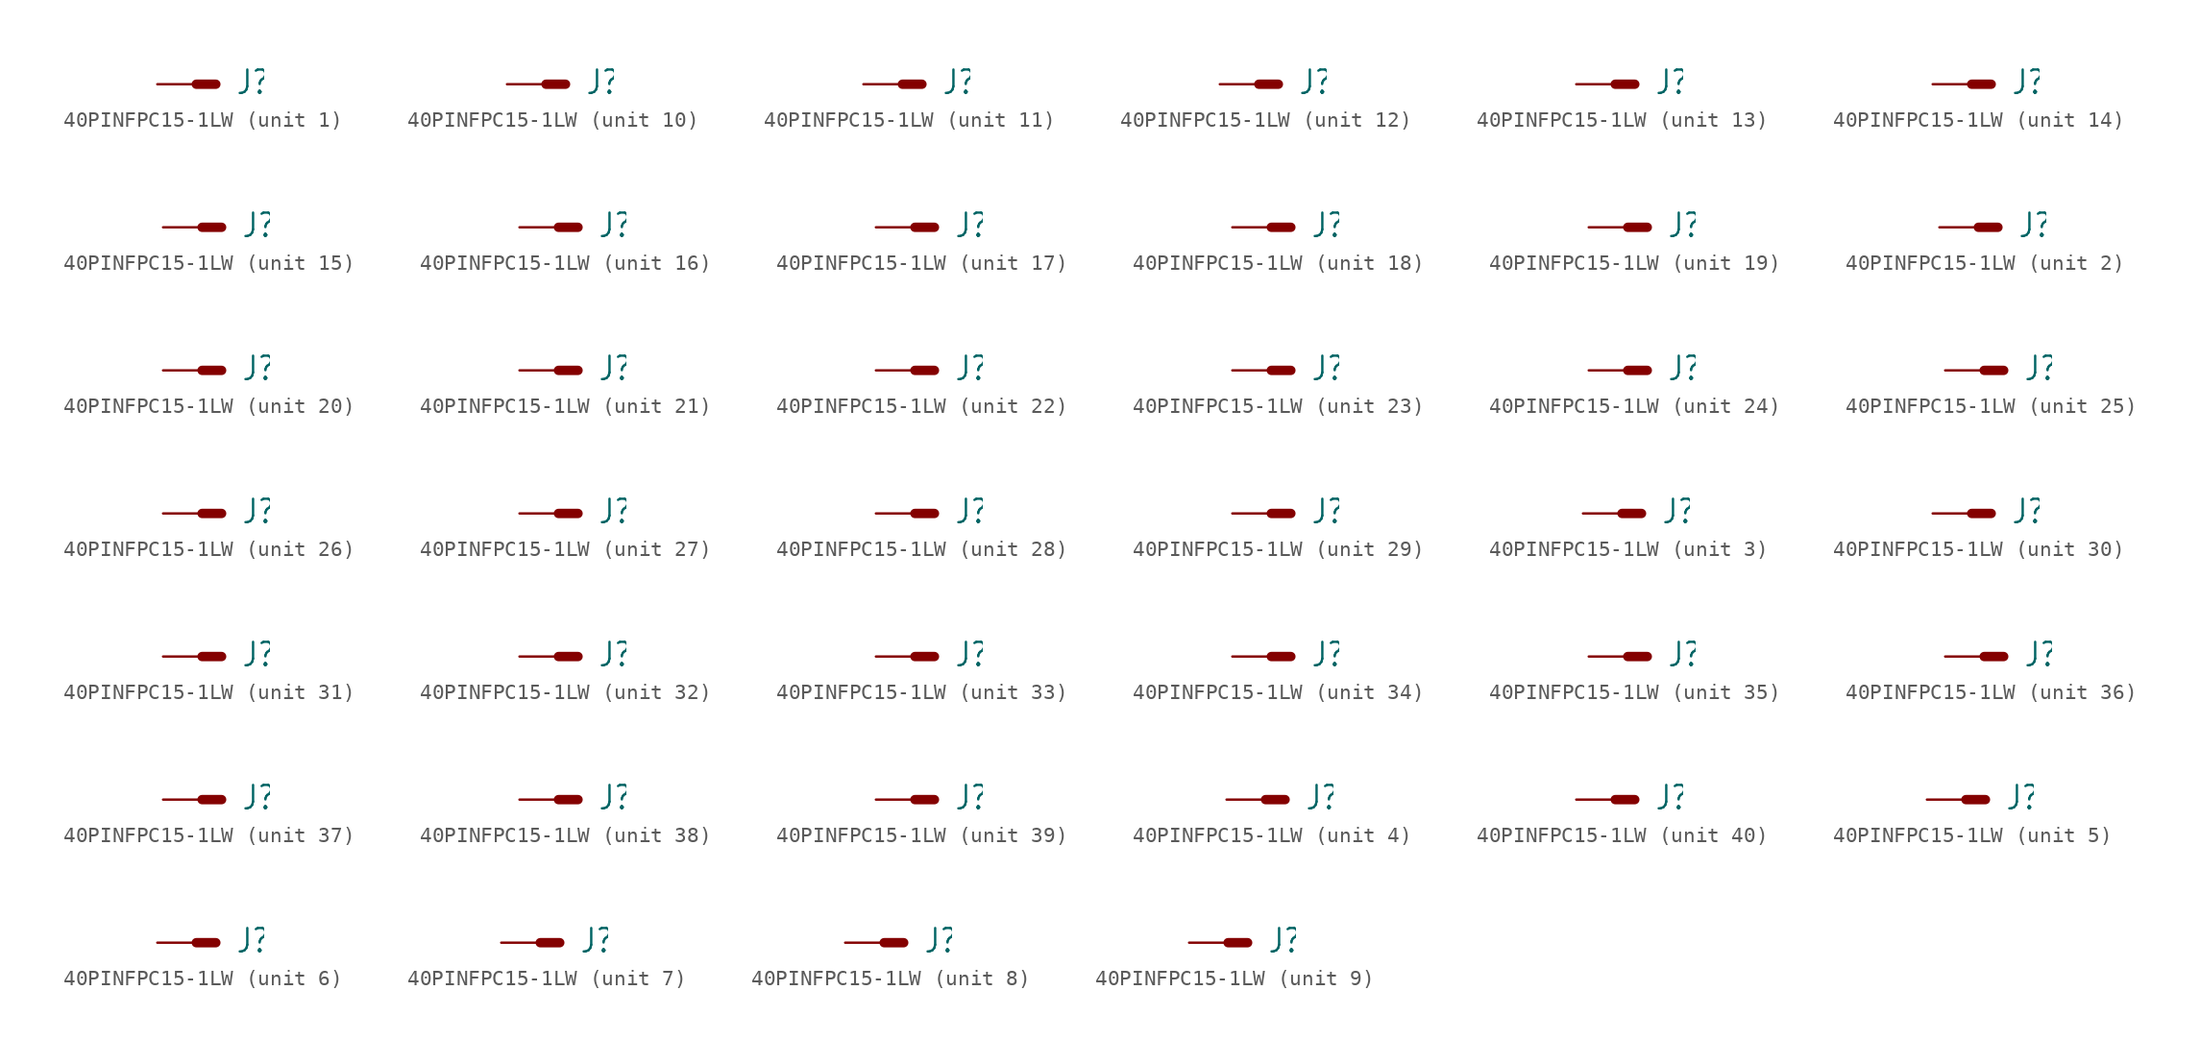
<source format=kicad_sym>
(kicad_symbol_lib
  (version 20211014)
  (generator kicad_symbol_editor)
  (symbol "40PINFPC15-1LW"
    (property "Reference" "J"
      (at 2.54 -0.762 0)
      (effects (font (size 1.524 1.295)) (justify left bottom)))
    (property "ki_locked" ""
      (at 0 0 0)
      (effects (font (size 1.27 1.27))))
    (symbol "40PINFPC15-1LW_1_0"
      (polyline (pts (xy 0 0) (xy 1.27 0)) (stroke (width 0.61) (type default) (color 0 0 0 0)) (fill (type none)))
      (pin passive line (at -2.54 0 0) (length 2.54) (name "MSV" (effects (font (size 0 0)))) (number "1" (effects (font (size 0 0))))))
    (symbol "40PINFPC15-1LW_2_0"
      (polyline (pts (xy 0 0) (xy 1.27 0)) (stroke (width 0.61) (type default) (color 0 0 0 0)) (fill (type none)))
      (pin passive line (at -2.54 0 0) (length 2.54) (name "MS" (effects (font (size 0 0)))) (number "2" (effects (font (size 0 0))))))
    (symbol "40PINFPC15-1LW_3_0"
      (polyline (pts (xy 0 0) (xy 1.27 0)) (stroke (width 0.61) (type default) (color 0 0 0 0)) (fill (type none)))
      (pin passive line (at -2.54 0 0) (length 2.54) (name "MS" (effects (font (size 0 0)))) (number "3" (effects (font (size 0 0))))))
    (symbol "40PINFPC15-1LW_4_0"
      (polyline (pts (xy 0 0) (xy 1.27 0)) (stroke (width 0.61) (type default) (color 0 0 0 0)) (fill (type none)))
      (pin passive line (at -2.54 0 0) (length 2.54) (name "MS" (effects (font (size 0 0)))) (number "4" (effects (font (size 0 0))))))
    (symbol "40PINFPC15-1LW_5_0"
      (polyline (pts (xy 0 0) (xy 1.27 0)) (stroke (width 0.61) (type default) (color 0 0 0 0)) (fill (type none)))
      (pin passive line (at -2.54 0 0) (length 2.54) (name "MS" (effects (font (size 0 0)))) (number "5" (effects (font (size 0 0))))))
    (symbol "40PINFPC15-1LW_6_0"
      (polyline (pts (xy 0 0) (xy 1.27 0)) (stroke (width 0.61) (type default) (color 0 0 0 0)) (fill (type none)))
      (pin passive line (at -2.54 0 0) (length 2.54) (name "MS" (effects (font (size 0 0)))) (number "6" (effects (font (size 0 0))))))
    (symbol "40PINFPC15-1LW_7_0"
      (polyline (pts (xy 0 0) (xy 1.27 0)) (stroke (width 0.61) (type default) (color 0 0 0 0)) (fill (type none)))
      (pin passive line (at -2.54 0 0) (length 2.54) (name "MS" (effects (font (size 0 0)))) (number "7" (effects (font (size 0 0))))))
    (symbol "40PINFPC15-1LW_8_0"
      (polyline (pts (xy 0 0) (xy 1.27 0)) (stroke (width 0.61) (type default) (color 0 0 0 0)) (fill (type none)))
      (pin passive line (at -2.54 0 0) (length 2.54) (name "MS" (effects (font (size 0 0)))) (number "8" (effects (font (size 0 0))))))
    (symbol "40PINFPC15-1LW_9_0"
      (polyline (pts (xy 0 0) (xy 1.27 0)) (stroke (width 0.61) (type default) (color 0 0 0 0)) (fill (type none)))
      (pin passive line (at -2.54 0 0) (length 2.54) (name "MS" (effects (font (size 0 0)))) (number "9" (effects (font (size 0 0))))))
    (symbol "40PINFPC15-1LW_10_0"
      (polyline (pts (xy 0 0) (xy 1.27 0)) (stroke (width 0.61) (type default) (color 0 0 0 0)) (fill (type none)))
      (pin passive line (at -2.54 0 0) (length 2.54) (name "MS" (effects (font (size 0 0)))) (number "10" (effects (font (size 0 0))))))
    (symbol "40PINFPC15-1LW_11_0"
      (polyline (pts (xy 0 0) (xy 1.27 0)) (stroke (width 0.61) (type default) (color 0 0 0 0)) (fill (type none)))
      (pin passive line (at -2.54 0 0) (length 2.54) (name "MS" (effects (font (size 0 0)))) (number "11" (effects (font (size 0 0))))))
    (symbol "40PINFPC15-1LW_12_0"
      (polyline (pts (xy 0 0) (xy 1.27 0)) (stroke (width 0.61) (type default) (color 0 0 0 0)) (fill (type none)))
      (pin passive line (at -2.54 0 0) (length 2.54) (name "MS" (effects (font (size 0 0)))) (number "12" (effects (font (size 0 0))))))
    (symbol "40PINFPC15-1LW_13_0"
      (polyline (pts (xy 0 0) (xy 1.27 0)) (stroke (width 0.61) (type default) (color 0 0 0 0)) (fill (type none)))
      (pin passive line (at -2.54 0 0) (length 2.54) (name "MS" (effects (font (size 0 0)))) (number "13" (effects (font (size 0 0))))))
    (symbol "40PINFPC15-1LW_14_0"
      (polyline (pts (xy 0 0) (xy 1.27 0)) (stroke (width 0.61) (type default) (color 0 0 0 0)) (fill (type none)))
      (pin passive line (at -2.54 0 0) (length 2.54) (name "MS" (effects (font (size 0 0)))) (number "14" (effects (font (size 0 0))))))
    (symbol "40PINFPC15-1LW_15_0"
      (polyline (pts (xy 0 0) (xy 1.27 0)) (stroke (width 0.61) (type default) (color 0 0 0 0)) (fill (type none)))
      (pin passive line (at -2.54 0 0) (length 2.54) (name "MS" (effects (font (size 0 0)))) (number "15" (effects (font (size 0 0))))))
    (symbol "40PINFPC15-1LW_16_0"
      (polyline (pts (xy 0 0) (xy 1.27 0)) (stroke (width 0.61) (type default) (color 0 0 0 0)) (fill (type none)))
      (pin passive line (at -2.54 0 0) (length 2.54) (name "MS" (effects (font (size 0 0)))) (number "16" (effects (font (size 0 0))))))
    (symbol "40PINFPC15-1LW_17_0"
      (polyline (pts (xy 0 0) (xy 1.27 0)) (stroke (width 0.61) (type default) (color 0 0 0 0)) (fill (type none)))
      (pin passive line (at -2.54 0 0) (length 2.54) (name "MS" (effects (font (size 0 0)))) (number "17" (effects (font (size 0 0))))))
    (symbol "40PINFPC15-1LW_18_0"
      (polyline (pts (xy 0 0) (xy 1.27 0)) (stroke (width 0.61) (type default) (color 0 0 0 0)) (fill (type none)))
      (pin passive line (at -2.54 0 0) (length 2.54) (name "MS" (effects (font (size 0 0)))) (number "18" (effects (font (size 0 0))))))
    (symbol "40PINFPC15-1LW_19_0"
      (polyline (pts (xy 0 0) (xy 1.27 0)) (stroke (width 0.61) (type default) (color 0 0 0 0)) (fill (type none)))
      (pin passive line (at -2.54 0 0) (length 2.54) (name "MS" (effects (font (size 0 0)))) (number "19" (effects (font (size 0 0))))))
    (symbol "40PINFPC15-1LW_20_0"
      (polyline (pts (xy 0 0) (xy 1.27 0)) (stroke (width 0.61) (type default) (color 0 0 0 0)) (fill (type none)))
      (pin passive line (at -2.54 0 0) (length 2.54) (name "MS" (effects (font (size 0 0)))) (number "20" (effects (font (size 0 0))))))
    (symbol "40PINFPC15-1LW_21_0"
      (polyline (pts (xy 0 0) (xy 1.27 0)) (stroke (width 0.61) (type default) (color 0 0 0 0)) (fill (type none)))
      (pin passive line (at -2.54 0 0) (length 2.54) (name "MS" (effects (font (size 0 0)))) (number "21" (effects (font (size 0 0))))))
    (symbol "40PINFPC15-1LW_22_0"
      (polyline (pts (xy 0 0) (xy 1.27 0)) (stroke (width 0.61) (type default) (color 0 0 0 0)) (fill (type none)))
      (pin passive line (at -2.54 0 0) (length 2.54) (name "MS" (effects (font (size 0 0)))) (number "22" (effects (font (size 0 0))))))
    (symbol "40PINFPC15-1LW_23_0"
      (polyline (pts (xy 0 0) (xy 1.27 0)) (stroke (width 0.61) (type default) (color 0 0 0 0)) (fill (type none)))
      (pin passive line (at -2.54 0 0) (length 2.54) (name "MS" (effects (font (size 0 0)))) (number "23" (effects (font (size 0 0))))))
    (symbol "40PINFPC15-1LW_24_0"
      (polyline (pts (xy 0 0) (xy 1.27 0)) (stroke (width 0.61) (type default) (color 0 0 0 0)) (fill (type none)))
      (pin passive line (at -2.54 0 0) (length 2.54) (name "MS" (effects (font (size 0 0)))) (number "24" (effects (font (size 0 0))))))
    (symbol "40PINFPC15-1LW_25_0"
      (polyline (pts (xy 0 0) (xy 1.27 0)) (stroke (width 0.61) (type default) (color 0 0 0 0)) (fill (type none)))
      (pin passive line (at -2.54 0 0) (length 2.54) (name "MS" (effects (font (size 0 0)))) (number "25" (effects (font (size 0 0))))))
    (symbol "40PINFPC15-1LW_26_0"
      (polyline (pts (xy 0 0) (xy 1.27 0)) (stroke (width 0.61) (type default) (color 0 0 0 0)) (fill (type none)))
      (pin passive line (at -2.54 0 0) (length 2.54) (name "MS" (effects (font (size 0 0)))) (number "26" (effects (font (size 0 0))))))
    (symbol "40PINFPC15-1LW_27_0"
      (polyline (pts (xy 0 0) (xy 1.27 0)) (stroke (width 0.61) (type default) (color 0 0 0 0)) (fill (type none)))
      (pin passive line (at -2.54 0 0) (length 2.54) (name "MS" (effects (font (size 0 0)))) (number "27" (effects (font (size 0 0))))))
    (symbol "40PINFPC15-1LW_28_0"
      (polyline (pts (xy 0 0) (xy 1.27 0)) (stroke (width 0.61) (type default) (color 0 0 0 0)) (fill (type none)))
      (pin passive line (at -2.54 0 0) (length 2.54) (name "MS" (effects (font (size 0 0)))) (number "28" (effects (font (size 0 0))))))
    (symbol "40PINFPC15-1LW_29_0"
      (polyline (pts (xy 0 0) (xy 1.27 0)) (stroke (width 0.61) (type default) (color 0 0 0 0)) (fill (type none)))
      (pin passive line (at -2.54 0 0) (length 2.54) (name "MS" (effects (font (size 0 0)))) (number "29" (effects (font (size 0 0))))))
    (symbol "40PINFPC15-1LW_30_0"
      (polyline (pts (xy 0 0) (xy 1.27 0)) (stroke (width 0.61) (type default) (color 0 0 0 0)) (fill (type none)))
      (pin passive line (at -2.54 0 0) (length 2.54) (name "MS" (effects (font (size 0 0)))) (number "30" (effects (font (size 0 0))))))
    (symbol "40PINFPC15-1LW_31_0"
      (polyline (pts (xy 0 0) (xy 1.27 0)) (stroke (width 0.61) (type default) (color 0 0 0 0)) (fill (type none)))
      (pin passive line (at -2.54 0 0) (length 2.54) (name "MS" (effects (font (size 0 0)))) (number "31" (effects (font (size 0 0))))))
    (symbol "40PINFPC15-1LW_32_0"
      (polyline (pts (xy 0 0) (xy 1.27 0)) (stroke (width 0.61) (type default) (color 0 0 0 0)) (fill (type none)))
      (pin passive line (at -2.54 0 0) (length 2.54) (name "MS" (effects (font (size 0 0)))) (number "32" (effects (font (size 0 0))))))
    (symbol "40PINFPC15-1LW_33_0"
      (polyline (pts (xy 0 0) (xy 1.27 0)) (stroke (width 0.61) (type default) (color 0 0 0 0)) (fill (type none)))
      (pin passive line (at -2.54 0 0) (length 2.54) (name "MS" (effects (font (size 0 0)))) (number "33" (effects (font (size 0 0))))))
    (symbol "40PINFPC15-1LW_34_0"
      (polyline (pts (xy 0 0) (xy 1.27 0)) (stroke (width 0.61) (type default) (color 0 0 0 0)) (fill (type none)))
      (pin passive line (at -2.54 0 0) (length 2.54) (name "MS" (effects (font (size 0 0)))) (number "34" (effects (font (size 0 0))))))
    (symbol "40PINFPC15-1LW_35_0"
      (polyline (pts (xy 0 0) (xy 1.27 0)) (stroke (width 0.61) (type default) (color 0 0 0 0)) (fill (type none)))
      (pin passive line (at -2.54 0 0) (length 2.54) (name "MS" (effects (font (size 0 0)))) (number "35" (effects (font (size 0 0))))))
    (symbol "40PINFPC15-1LW_36_0"
      (polyline (pts (xy 0 0) (xy 1.27 0)) (stroke (width 0.61) (type default) (color 0 0 0 0)) (fill (type none)))
      (pin passive line (at -2.54 0 0) (length 2.54) (name "MS" (effects (font (size 0 0)))) (number "36" (effects (font (size 0 0))))))
    (symbol "40PINFPC15-1LW_37_0"
      (polyline (pts (xy 0 0) (xy 1.27 0)) (stroke (width 0.61) (type default) (color 0 0 0 0)) (fill (type none)))
      (pin passive line (at -2.54 0 0) (length 2.54) (name "MS" (effects (font (size 0 0)))) (number "37" (effects (font (size 0 0))))))
    (symbol "40PINFPC15-1LW_38_0"
      (polyline (pts (xy 0 0) (xy 1.27 0)) (stroke (width 0.61) (type default) (color 0 0 0 0)) (fill (type none)))
      (pin passive line (at -2.54 0 0) (length 2.54) (name "MS" (effects (font (size 0 0)))) (number "38" (effects (font (size 0 0))))))
    (symbol "40PINFPC15-1LW_39_0"
      (polyline (pts (xy 0 0) (xy 1.27 0)) (stroke (width 0.61) (type default) (color 0 0 0 0)) (fill (type none)))
      (pin passive line (at -2.54 0 0) (length 2.54) (name "MS" (effects (font (size 0 0)))) (number "39" (effects (font (size 0 0))))))
    (symbol "40PINFPC15-1LW_40_0"
      (polyline (pts (xy 0 0) (xy 1.27 0)) (stroke (width 0.61) (type default) (color 0 0 0 0)) (fill (type none)))
      (pin passive line (at -2.54 0 0) (length 2.54) (name "MS" (effects (font (size 0 0)))) (number "40" (effects (font (size 0 0))))))))
</source>
